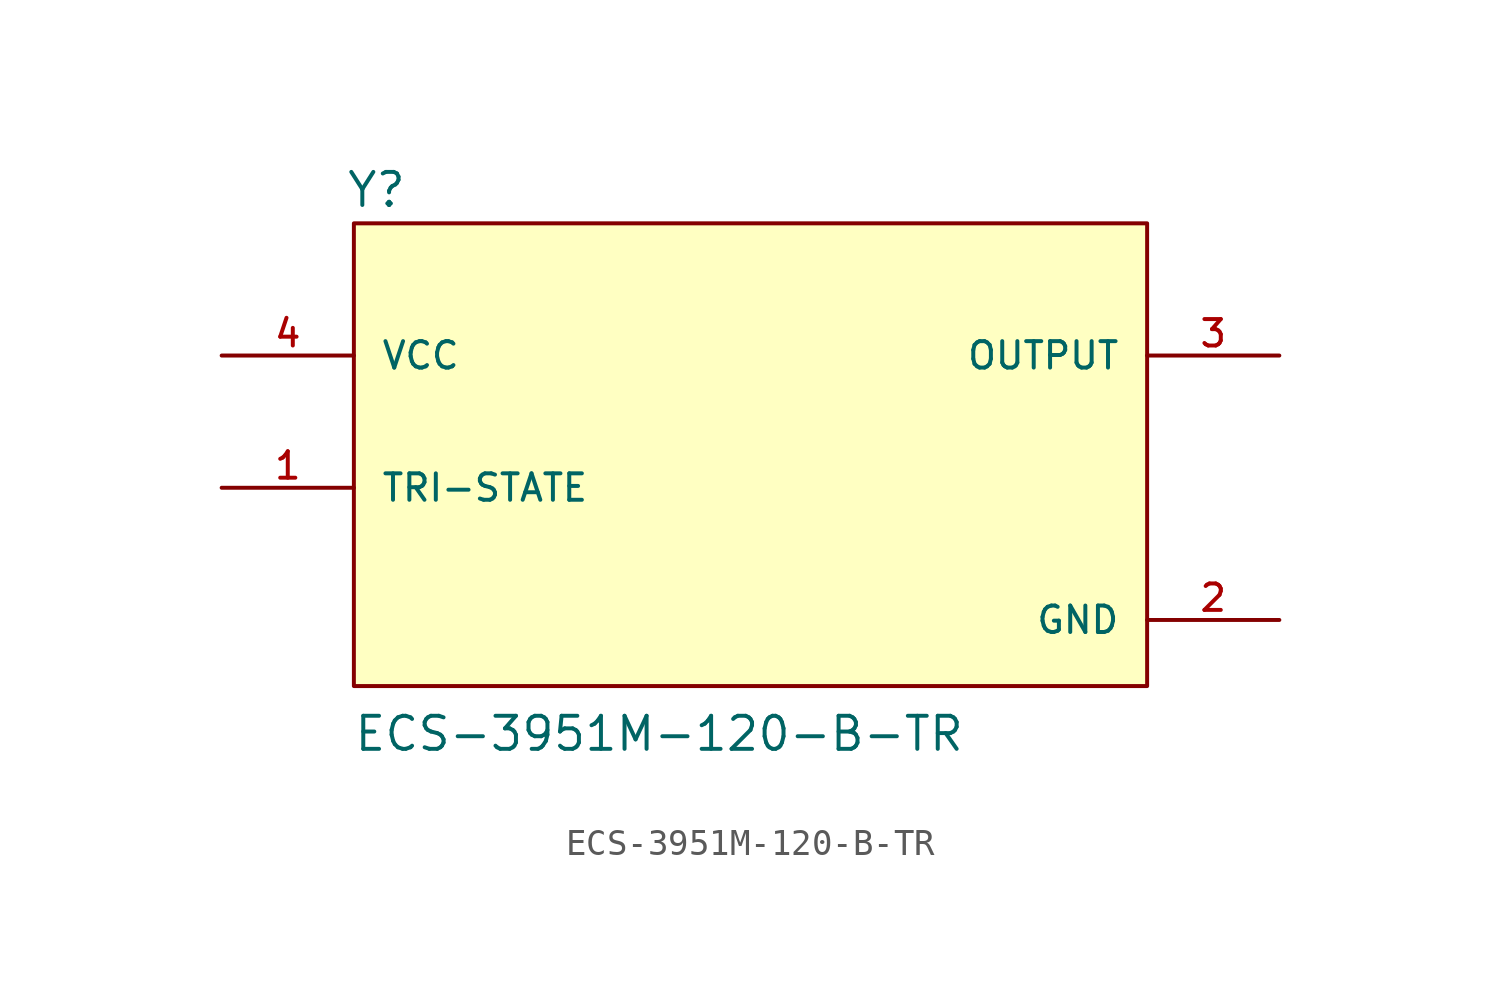
<source format=kicad_sym>
(kicad_symbol_lib
  (version 20211014)
  (generator kicad_symbol_editor)
  (symbol "ECS-3951M-120-B-TR"
    (pin_names
      (offset 1.016))
    (property "Reference" "Y"
      (at -15.56 8.163 0)
      (effects (font (size 1.27 1.27)) (justify bottom left)))
    (property "Value" "ECS-3951M-120-B-TR"
      (at -15.281 -12.735 0)
      (effects (font (size 1.27 1.27)) (justify bottom left)))
    (symbol "ECS-3951M-120-B-TR_0_0"
      (rectangle (start -15.24 -10.16) (end 15.24 7.62) (stroke (width 0.152)) (fill (type background)))
      (pin input line (at -20.32 -2.54 0) (length 5.08) (name "TRI-STATE" (effects (font (size 1.016 1.016)))) (number "1" (effects (font (size 1.016 1.016)))))
      (pin input line (at -20.32 2.54 0) (length 5.08) (name "VCC" (effects (font (size 1.016 1.016)))) (number "4" (effects (font (size 1.016 1.016)))))
      (pin output line (at 20.32 2.54 180.0) (length 5.08) (name "OUTPUT" (effects (font (size 1.016 1.016)))) (number "3" (effects (font (size 1.016 1.016)))))
      (pin power_in line (at 20.32 -7.62 180.0) (length 5.08) (name "GND" (effects (font (size 1.016 1.016)))) (number "2" (effects (font (size 1.016 1.016))))))))
</source>
